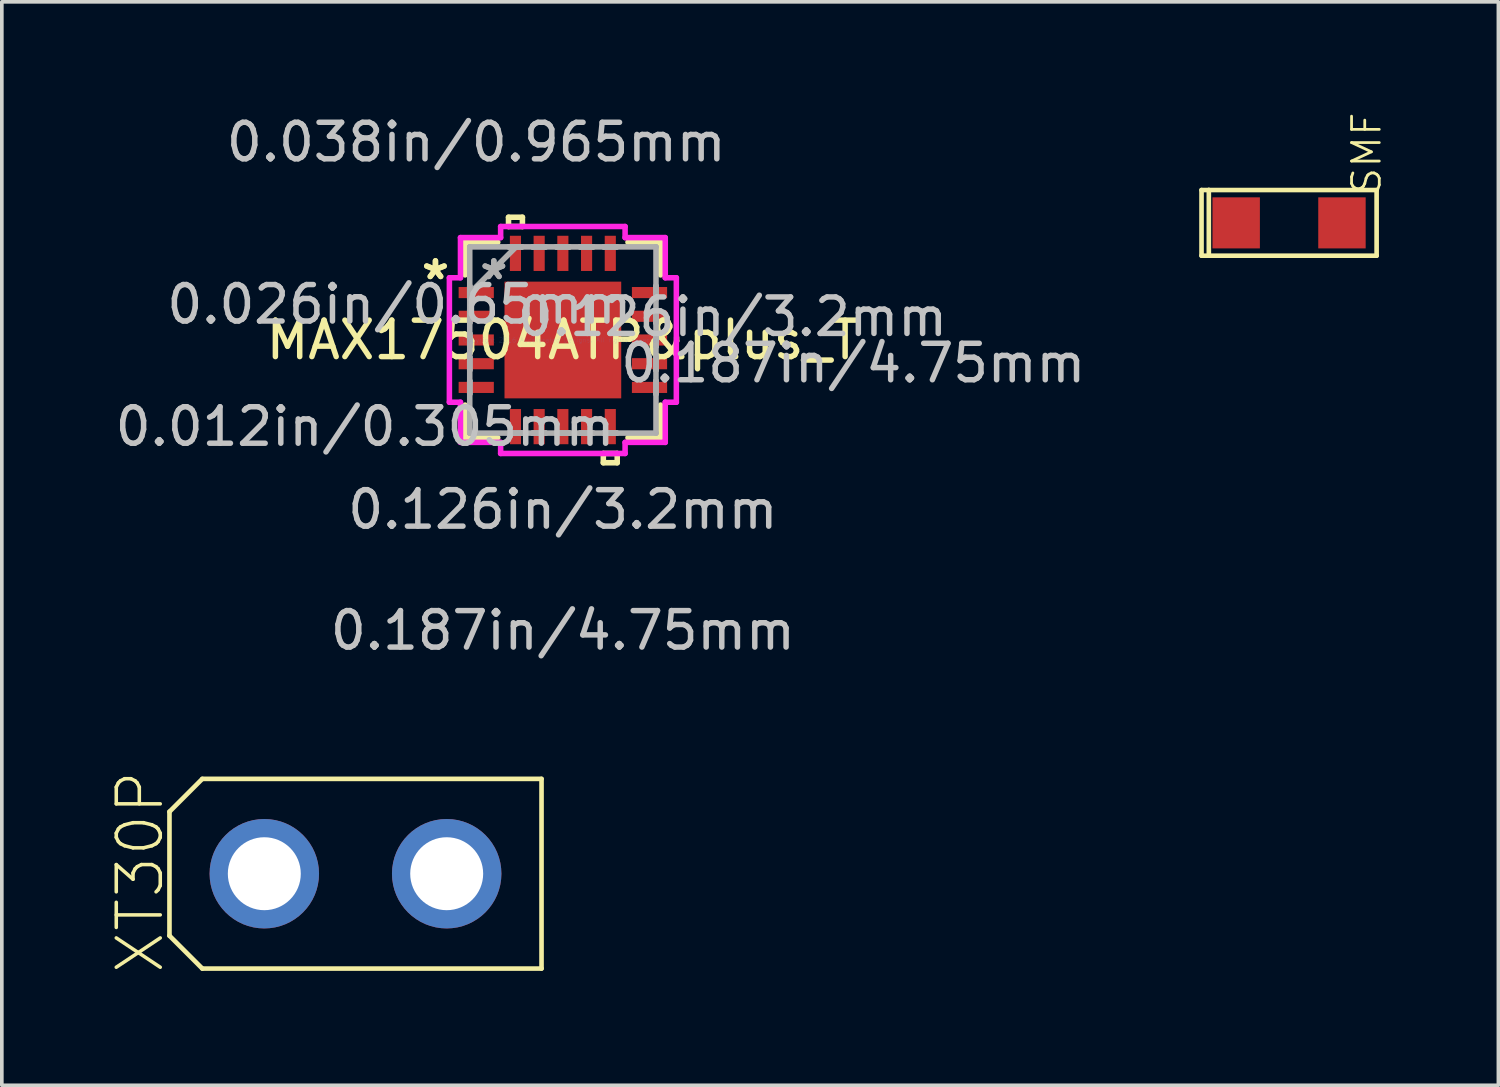
<source format=kicad_pcb>
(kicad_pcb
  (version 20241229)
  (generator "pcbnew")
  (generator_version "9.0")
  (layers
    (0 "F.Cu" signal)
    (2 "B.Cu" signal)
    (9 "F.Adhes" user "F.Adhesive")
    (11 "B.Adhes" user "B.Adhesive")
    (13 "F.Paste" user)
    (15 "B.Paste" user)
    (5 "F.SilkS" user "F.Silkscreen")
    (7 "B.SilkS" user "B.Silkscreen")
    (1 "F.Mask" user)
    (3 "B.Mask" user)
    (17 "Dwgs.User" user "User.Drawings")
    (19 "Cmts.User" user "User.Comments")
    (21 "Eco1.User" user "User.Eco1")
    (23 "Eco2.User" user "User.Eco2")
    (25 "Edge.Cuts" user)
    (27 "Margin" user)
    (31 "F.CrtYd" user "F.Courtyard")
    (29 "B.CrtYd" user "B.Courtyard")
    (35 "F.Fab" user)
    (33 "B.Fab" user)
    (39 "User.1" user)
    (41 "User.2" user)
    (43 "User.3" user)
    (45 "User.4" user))
  (footprint "XT30P"
    (layer "F.Cu")
    (at 6.696 20.903)
    (property "Reference" "XT30P" (at -5.2 2.8 270) (layer "F.SilkS") (effects (font (size 1.206 1.206) (thickness 0.097)) (justify left bottom)))
    (attr through_hole)
    (fp_line (start -5.1 -1.7) (end -5.1 1.7) (stroke (width 0.127) (type solid)) (layer "F.SilkS"))
    (fp_line (start -4.2 -2.6) (end -5.1 -1.7) (stroke (width 0.127) (type solid)) (layer "F.SilkS"))
    (fp_line (start -4.2 -2.6) (end 5.1 -2.6) (stroke (width 0.127) (type solid)) (layer "F.SilkS"))
    (fp_line (start -4.2 2.6) (end -5.1 1.7) (stroke (width 0.127) (type solid)) (layer "F.SilkS"))
    (fp_line (start 5.1 -2.6) (end 5.1 2.6) (stroke (width 0.127) (type solid)) (layer "F.SilkS"))
    (fp_line (start 5.1 2.6) (end -4.2 2.6) (stroke (width 0.127) (type solid)) (layer "F.SilkS"))
    (pad "+" thru_hole circle (at 2.5 0) (size 3 3) (drill 2) (layers "*.Cu" "*.Mask"))
    (pad "-" thru_hole circle (at -2.5 0) (size 3 3) (drill 2) (layers "*.Cu" "*.Mask")))
  (footprint "MAX17504ATP&plus_T"
    (layer "F.Cu")
    (at 12.381 6.271)
    (property "Reference" "MAX17504ATP&plus_T" (at 0 0 0) (layer "F.SilkS") (effects (font (size 1 1) (thickness 0.15))))
    (attr through_hole)
    (fp_line (start -2.68 -2.68) (end -2.68 -1.785) (stroke (width 0.152) (type solid)) (layer "F.SilkS"))
    (fp_line (start -2.68 1.785) (end -2.68 2.68) (stroke (width 0.152) (type solid)) (layer "F.SilkS"))
    (fp_line (start -2.68 2.68) (end -1.785 2.68) (stroke (width 0.152) (type solid)) (layer "F.SilkS"))
    (fp_line (start -1.785 -2.68) (end -2.68 -2.68) (stroke (width 0.152) (type solid)) (layer "F.SilkS"))
    (fp_line (start -1.49 -3.365) (end -1.109 -3.365) (stroke (width 0.152) (type solid)) (layer "F.SilkS"))
    (fp_line (start -1.49 -3.111) (end -1.49 -3.365) (stroke (width 0.152) (type solid)) (layer "F.SilkS"))
    (fp_line (start -1.109 -3.365) (end -1.109 -3.111) (stroke (width 0.152) (type solid)) (layer "F.SilkS"))
    (fp_line (start -1.109 -3.111) (end -1.49 -3.111) (stroke (width 0.152) (type solid)) (layer "F.SilkS"))
    (fp_line (start 1.109 3.111) (end 1.109 3.365) (stroke (width 0.152) (type solid)) (layer "F.SilkS"))
    (fp_line (start 1.109 3.365) (end 1.49 3.365) (stroke (width 0.152) (type solid)) (layer "F.SilkS"))
    (fp_line (start 1.49 3.111) (end 1.109 3.111) (stroke (width 0.152) (type solid)) (layer "F.SilkS"))
    (fp_line (start 1.49 3.365) (end 1.49 3.111) (stroke (width 0.152) (type solid)) (layer "F.SilkS"))
    (fp_line (start 1.785 2.68) (end 2.68 2.68) (stroke (width 0.152) (type solid)) (layer "F.SilkS"))
    (fp_line (start 2.68 -2.68) (end 1.785 -2.68) (stroke (width 0.152) (type solid)) (layer "F.SilkS"))
    (fp_line (start 2.68 -1.785) (end 2.68 -2.68) (stroke (width 0.152) (type solid)) (layer "F.SilkS"))
    (fp_line (start 2.68 2.68) (end 2.68 1.785) (stroke (width 0.152) (type solid)) (layer "F.SilkS"))
    (fp_line (start -1.5 -1.5) (end -1.5 -0.1) (stroke (width 0.152) (type solid)) (layer "F.Paste"))
    (fp_line (start -1.5 -0.1) (end -0.1 -0.1) (stroke (width 0.152) (type solid)) (layer "F.Paste"))
    (fp_line (start -1.5 0.1) (end -1.5 1.5) (stroke (width 0.152) (type solid)) (layer "F.Paste"))
    (fp_line (start -1.5 1.5) (end -0.1 1.5) (stroke (width 0.152) (type solid)) (layer "F.Paste"))
    (fp_line (start -0.1 -1.5) (end -1.5 -1.5) (stroke (width 0.152) (type solid)) (layer "F.Paste"))
    (fp_line (start -0.1 -0.1) (end -0.1 -1.5) (stroke (width 0.152) (type solid)) (layer "F.Paste"))
    (fp_line (start -0.1 0.1) (end -1.5 0.1) (stroke (width 0.152) (type solid)) (layer "F.Paste"))
    (fp_line (start -0.1 1.5) (end -0.1 0.1) (stroke (width 0.152) (type solid)) (layer "F.Paste"))
    (fp_line (start 0.1 -1.5) (end 0.1 -0.1) (stroke (width 0.152) (type solid)) (layer "F.Paste"))
    (fp_line (start 0.1 -0.1) (end 1.5 -0.1) (stroke (width 0.152) (type solid)) (layer "F.Paste"))
    (fp_line (start 0.1 0.1) (end 0.1 1.5) (stroke (width 0.152) (type solid)) (layer "F.Paste"))
    (fp_line (start 0.1 1.5) (end 1.5 1.5) (stroke (width 0.152) (type solid)) (layer "F.Paste"))
    (fp_line (start 1.5 -1.5) (end 0.1 -1.5) (stroke (width 0.152) (type solid)) (layer "F.Paste"))
    (fp_line (start 1.5 -0.1) (end 1.5 -1.5) (stroke (width 0.152) (type solid)) (layer "F.Paste"))
    (fp_line (start 1.5 0.1) (end 0.1 0.1) (stroke (width 0.152) (type solid)) (layer "F.Paste"))
    (fp_line (start 1.5 1.5) (end 1.5 0.1) (stroke (width 0.152) (type solid)) (layer "F.Paste"))
    (fp_line (start -3.111 -1.706) (end -2.807 -1.706) (stroke (width 0.152) (type solid)) (layer "F.CrtYd"))
    (fp_line (start -3.111 1.706) (end -3.111 -1.706) (stroke (width 0.152) (type solid)) (layer "F.CrtYd"))
    (fp_line (start -2.807 -2.807) (end -1.706 -2.807) (stroke (width 0.152) (type solid)) (layer "F.CrtYd"))
    (fp_line (start -2.807 -1.706) (end -2.807 -2.807) (stroke (width 0.152) (type solid)) (layer "F.CrtYd"))
    (fp_line (start -2.807 1.706) (end -3.111 1.706) (stroke (width 0.152) (type solid)) (layer "F.CrtYd"))
    (fp_line (start -2.807 2.807) (end -2.807 1.706) (stroke (width 0.152) (type solid)) (layer "F.CrtYd"))
    (fp_line (start -1.706 -3.111) (end 1.706 -3.111) (stroke (width 0.152) (type solid)) (layer "F.CrtYd"))
    (fp_line (start -1.706 -2.807) (end -1.706 -3.111) (stroke (width 0.152) (type solid)) (layer "F.CrtYd"))
    (fp_line (start -1.706 2.807) (end -2.807 2.807) (stroke (width 0.152) (type solid)) (layer "F.CrtYd"))
    (fp_line (start -1.706 3.111) (end -1.706 2.807) (stroke (width 0.152) (type solid)) (layer "F.CrtYd"))
    (fp_line (start 1.706 -3.111) (end 1.706 -2.807) (stroke (width 0.152) (type solid)) (layer "F.CrtYd"))
    (fp_line (start 1.706 -2.807) (end 2.807 -2.807) (stroke (width 0.152) (type solid)) (layer "F.CrtYd"))
    (fp_line (start 1.706 2.807) (end 1.706 3.111) (stroke (width 0.152) (type solid)) (layer "F.CrtYd"))
    (fp_line (start 1.706 3.111) (end -1.706 3.111) (stroke (width 0.152) (type solid)) (layer "F.CrtYd"))
    (fp_line (start 2.807 -2.807) (end 2.807 -1.706) (stroke (width 0.152) (type solid)) (layer "F.CrtYd"))
    (fp_line (start 2.807 -1.706) (end 3.111 -1.706) (stroke (width 0.152) (type solid)) (layer "F.CrtYd"))
    (fp_line (start 2.807 1.706) (end 2.807 2.807) (stroke (width 0.152) (type solid)) (layer "F.CrtYd"))
    (fp_line (start 2.807 2.807) (end 1.706 2.807) (stroke (width 0.152) (type solid)) (layer "F.CrtYd"))
    (fp_line (start 3.111 -1.706) (end 3.111 1.706) (stroke (width 0.152) (type solid)) (layer "F.CrtYd"))
    (fp_line (start 3.111 1.706) (end 2.807 1.706) (stroke (width 0.152) (type solid)) (layer "F.CrtYd"))
    (fp_line (start -2.553 -2.553) (end -2.553 -2.553) (stroke (width 0.152) (type solid)) (layer "F.Fab"))
    (fp_line (start -2.553 -2.553) (end -2.553 2.553) (stroke (width 0.152) (type solid)) (layer "F.Fab"))
    (fp_line (start -2.553 -1.478) (end -2.553 -1.478) (stroke (width 0.152) (type solid)) (layer "F.Fab"))
    (fp_line (start -2.553 -1.478) (end -2.553 -1.122) (stroke (width 0.152) (type solid)) (layer "F.Fab"))
    (fp_line (start -2.553 -1.283) (end -1.283 -2.553) (stroke (width 0.152) (type solid)) (layer "F.Fab"))
    (fp_line (start -2.553 -1.122) (end -2.553 -1.478) (stroke (width 0.152) (type solid)) (layer "F.Fab"))
    (fp_line (start -2.553 -1.122) (end -2.553 -1.122) (stroke (width 0.152) (type solid)) (layer "F.Fab"))
    (fp_line (start -2.553 -0.828) (end -2.553 -0.828) (stroke (width 0.152) (type solid)) (layer "F.Fab"))
    (fp_line (start -2.553 -0.828) (end -2.553 -0.472) (stroke (width 0.152) (type solid)) (layer "F.Fab"))
    (fp_line (start -2.553 -0.472) (end -2.553 -0.828) (stroke (width 0.152) (type solid)) (layer "F.Fab"))
    (fp_line (start -2.553 -0.472) (end -2.553 -0.472) (stroke (width 0.152) (type solid)) (layer "F.Fab"))
    (fp_line (start -2.553 -0.178) (end -2.553 -0.178) (stroke (width 0.152) (type solid)) (layer "F.Fab"))
    (fp_line (start -2.553 -0.178) (end -2.553 0.178) (stroke (width 0.152) (type solid)) (layer "F.Fab"))
    (fp_line (start -2.553 0.178) (end -2.553 -0.178) (stroke (width 0.152) (type solid)) (layer "F.Fab"))
    (fp_line (start -2.553 0.178) (end -2.553 0.178) (stroke (width 0.152) (type solid)) (layer "F.Fab"))
    (fp_line (start -2.553 0.472) (end -2.553 0.472) (stroke (width 0.152) (type solid)) (layer "F.Fab"))
    (fp_line (start -2.553 0.472) (end -2.553 0.828) (stroke (width 0.152) (type solid)) (layer "F.Fab"))
    (fp_line (start -2.553 0.828) (end -2.553 0.472) (stroke (width 0.152) (type solid)) (layer "F.Fab"))
    (fp_line (start -2.553 0.828) (end -2.553 0.828) (stroke (width 0.152) (type solid)) (layer "F.Fab"))
    (fp_line (start -2.553 1.122) (end -2.553 1.122) (stroke (width 0.152) (type solid)) (layer "F.Fab"))
    (fp_line (start -2.553 1.122) (end -2.553 1.478) (stroke (width 0.152) (type solid)) (layer "F.Fab"))
    (fp_line (start -2.553 1.478) (end -2.553 1.122) (stroke (width 0.152) (type solid)) (layer "F.Fab"))
    (fp_line (start -2.553 1.478) (end -2.553 1.478) (stroke (width 0.152) (type solid)) (layer "F.Fab"))
    (fp_line (start -2.553 2.553) (end -2.553 2.553) (stroke (width 0.152) (type solid)) (layer "F.Fab"))
    (fp_line (start -2.553 2.553) (end 2.553 2.553) (stroke (width 0.152) (type solid)) (layer "F.Fab"))
    (fp_line (start -1.478 -2.553) (end -1.478 -2.553) (stroke (width 0.152) (type solid)) (layer "F.Fab"))
    (fp_line (start -1.478 -2.553) (end -1.122 -2.553) (stroke (width 0.152) (type solid)) (layer "F.Fab"))
    (fp_line (start -1.478 2.553) (end -1.478 2.553) (stroke (width 0.152) (type solid)) (layer "F.Fab"))
    (fp_line (start -1.478 2.553) (end -1.122 2.553) (stroke (width 0.152) (type solid)) (layer "F.Fab"))
    (fp_line (start -1.122 -2.553) (end -1.478 -2.553) (stroke (width 0.152) (type solid)) (layer "F.Fab"))
    (fp_line (start -1.122 -2.553) (end -1.122 -2.553) (stroke (width 0.152) (type solid)) (layer "F.Fab"))
    (fp_line (start -1.122 2.553) (end -1.478 2.553) (stroke (width 0.152) (type solid)) (layer "F.Fab"))
    (fp_line (start -1.122 2.553) (end -1.122 2.553) (stroke (width 0.152) (type solid)) (layer "F.Fab"))
    (fp_line (start -0.828 -2.553) (end -0.828 -2.553) (stroke (width 0.152) (type solid)) (layer "F.Fab"))
    (fp_line (start -0.828 -2.553) (end -0.472 -2.553) (stroke (width 0.152) (type solid)) (layer "F.Fab"))
    (fp_line (start -0.828 2.553) (end -0.828 2.553) (stroke (width 0.152) (type solid)) (layer "F.Fab"))
    (fp_line (start -0.828 2.553) (end -0.472 2.553) (stroke (width 0.152) (type solid)) (layer "F.Fab"))
    (fp_line (start -0.472 -2.553) (end -0.828 -2.553) (stroke (width 0.152) (type solid)) (layer "F.Fab"))
    (fp_line (start -0.472 -2.553) (end -0.472 -2.553) (stroke (width 0.152) (type solid)) (layer "F.Fab"))
    (fp_line (start -0.472 2.553) (end -0.828 2.553) (stroke (width 0.152) (type solid)) (layer "F.Fab"))
    (fp_line (start -0.472 2.553) (end -0.472 2.553) (stroke (width 0.152) (type solid)) (layer "F.Fab"))
    (fp_line (start -0.178 -2.553) (end -0.178 -2.553) (stroke (width 0.152) (type solid)) (layer "F.Fab"))
    (fp_line (start -0.178 -2.553) (end 0.178 -2.553) (stroke (width 0.152) (type solid)) (layer "F.Fab"))
    (fp_line (start -0.178 2.553) (end -0.178 2.553) (stroke (width 0.152) (type solid)) (layer "F.Fab"))
    (fp_line (start -0.178 2.553) (end 0.178 2.553) (stroke (width 0.152) (type solid)) (layer "F.Fab"))
    (fp_line (start 0.178 -2.553) (end -0.178 -2.553) (stroke (width 0.152) (type solid)) (layer "F.Fab"))
    (fp_line (start 0.178 -2.553) (end 0.178 -2.553) (stroke (width 0.152) (type solid)) (layer "F.Fab"))
    (fp_line (start 0.178 2.553) (end -0.178 2.553) (stroke (width 0.152) (type solid)) (layer "F.Fab"))
    (fp_line (start 0.178 2.553) (end 0.178 2.553) (stroke (width 0.152) (type solid)) (layer "F.Fab"))
    (fp_line (start 0.472 -2.553) (end 0.472 -2.553) (stroke (width 0.152) (type solid)) (layer "F.Fab"))
    (fp_line (start 0.472 -2.553) (end 0.828 -2.553) (stroke (width 0.152) (type solid)) (layer "F.Fab"))
    (fp_line (start 0.472 2.553) (end 0.472 2.553) (stroke (width 0.152) (type solid)) (layer "F.Fab"))
    (fp_line (start 0.472 2.553) (end 0.828 2.553) (stroke (width 0.152) (type solid)) (layer "F.Fab"))
    (fp_line (start 0.828 -2.553) (end 0.472 -2.553) (stroke (width 0.152) (type solid)) (layer "F.Fab"))
    (fp_line (start 0.828 -2.553) (end 0.828 -2.553) (stroke (width 0.152) (type solid)) (layer "F.Fab"))
    (fp_line (start 0.828 2.553) (end 0.472 2.553) (stroke (width 0.152) (type solid)) (layer "F.Fab"))
    (fp_line (start 0.828 2.553) (end 0.828 2.553) (stroke (width 0.152) (type solid)) (layer "F.Fab"))
    (fp_line (start 1.122 -2.553) (end 1.122 -2.553) (stroke (width 0.152) (type solid)) (layer "F.Fab"))
    (fp_line (start 1.122 -2.553) (end 1.478 -2.553) (stroke (width 0.152) (type solid)) (layer "F.Fab"))
    (fp_line (start 1.122 2.553) (end 1.122 2.553) (stroke (width 0.152) (type solid)) (layer "F.Fab"))
    (fp_line (start 1.122 2.553) (end 1.478 2.553) (stroke (width 0.152) (type solid)) (layer "F.Fab"))
    (fp_line (start 1.478 -2.553) (end 1.122 -2.553) (stroke (width 0.152) (type solid)) (layer "F.Fab"))
    (fp_line (start 1.478 -2.553) (end 1.478 -2.553) (stroke (width 0.152) (type solid)) (layer "F.Fab"))
    (fp_line (start 1.478 2.553) (end 1.122 2.553) (stroke (width 0.152) (type solid)) (layer "F.Fab"))
    (fp_line (start 1.478 2.553) (end 1.478 2.553) (stroke (width 0.152) (type solid)) (layer "F.Fab"))
    (fp_line (start 2.553 -2.553) (end -2.553 -2.553) (stroke (width 0.152) (type solid)) (layer "F.Fab"))
    (fp_line (start 2.553 -2.553) (end 2.553 -2.553) (stroke (width 0.152) (type solid)) (layer "F.Fab"))
    (fp_line (start 2.553 -1.478) (end 2.553 -1.478) (stroke (width 0.152) (type solid)) (layer "F.Fab"))
    (fp_line (start 2.553 -1.478) (end 2.553 -1.122) (stroke (width 0.152) (type solid)) (layer "F.Fab"))
    (fp_line (start 2.553 -1.122) (end 2.553 -1.478) (stroke (width 0.152) (type solid)) (layer "F.Fab"))
    (fp_line (start 2.553 -1.122) (end 2.553 -1.122) (stroke (width 0.152) (type solid)) (layer "F.Fab"))
    (fp_line (start 2.553 -0.828) (end 2.553 -0.828) (stroke (width 0.152) (type solid)) (layer "F.Fab"))
    (fp_line (start 2.553 -0.828) (end 2.553 -0.472) (stroke (width 0.152) (type solid)) (layer "F.Fab"))
    (fp_line (start 2.553 -0.472) (end 2.553 -0.828) (stroke (width 0.152) (type solid)) (layer "F.Fab"))
    (fp_line (start 2.553 -0.472) (end 2.553 -0.472) (stroke (width 0.152) (type solid)) (layer "F.Fab"))
    (fp_line (start 2.553 -0.178) (end 2.553 -0.178) (stroke (width 0.152) (type solid)) (layer "F.Fab"))
    (fp_line (start 2.553 -0.178) (end 2.553 0.178) (stroke (width 0.152) (type solid)) (layer "F.Fab"))
    (fp_line (start 2.553 0.178) (end 2.553 -0.178) (stroke (width 0.152) (type solid)) (layer "F.Fab"))
    (fp_line (start 2.553 0.178) (end 2.553 0.178) (stroke (width 0.152) (type solid)) (layer "F.Fab"))
    (fp_line (start 2.553 0.472) (end 2.553 0.472) (stroke (width 0.152) (type solid)) (layer "F.Fab"))
    (fp_line (start 2.553 0.472) (end 2.553 0.828) (stroke (width 0.152) (type solid)) (layer "F.Fab"))
    (fp_line (start 2.553 0.828) (end 2.553 0.472) (stroke (width 0.152) (type solid)) (layer "F.Fab"))
    (fp_line (start 2.553 0.828) (end 2.553 0.828) (stroke (width 0.152) (type solid)) (layer "F.Fab"))
    (fp_line (start 2.553 1.122) (end 2.553 1.122) (stroke (width 0.152) (type solid)) (layer "F.Fab"))
    (fp_line (start 2.553 1.122) (end 2.553 1.478) (stroke (width 0.152) (type solid)) (layer "F.Fab"))
    (fp_line (start 2.553 1.478) (end 2.553 1.122) (stroke (width 0.152) (type solid)) (layer "F.Fab"))
    (fp_line (start 2.553 1.478) (end 2.553 1.478) (stroke (width 0.152) (type solid)) (layer "F.Fab"))
    (fp_line (start 2.553 2.553) (end 2.553 -2.553) (stroke (width 0.152) (type solid)) (layer "F.Fab"))
    (fp_line (start 2.553 2.553) (end 2.553 2.553) (stroke (width 0.152) (type solid)) (layer "F.Fab"))
    (fp_text user "*" (at -3.493 -1.625 0) (layer "F.SilkS") (effects (font (size 1 1) (thickness 0.15))))
    (fp_text user "*" (at -3.493 -1.625 0) (layer "F.SilkS") (effects (font (size 1 1) (thickness 0.15))))
    (fp_text user "0.187in/4.75mm" (at 7.963 0.635 0) (layer "Dwgs.User") (effects (font (size 1 1) (thickness 0.15))))
    (fp_text user "0.126in/3.2mm" (at 0 4.648 0) (layer "Dwgs.User") (effects (font (size 1 1) (thickness 0.15))))
    (fp_text user "0.026in/0.65mm" (at -4.483 -0.975 0) (layer "Dwgs.User") (effects (font (size 1 1) (thickness 0.15))))
    (fp_text user "0.012in/0.305mm" (at -5.423 2.375 0) (layer "Dwgs.User") (effects (font (size 1 1) (thickness 0.15))))
    (fp_text user "0.038in/0.965mm" (at -2.375 -5.423 0) (layer "Dwgs.User") (effects (font (size 1 1) (thickness 0.15))))
    (fp_text user "0.126in/3.2mm" (at 4.648 -0.635 0) (layer "Dwgs.User") (effects (font (size 1 1) (thickness 0.15))))
    (fp_text user "0.187in/4.75mm" (at 0 7.963 0) (layer "Dwgs.User") (effects (font (size 1 1) (thickness 0.15))))
    (fp_text user "Copyright 2016 Accelerated Designs. All rights reserved." (at 0 0 0) (layer "Cmts.User") (effects (font (size 0.127 0.127) (thickness 0.002))))
    (fp_text user "*" (at -1.892 -1.625 0) (layer "F.Fab") (effects (font (size 1 1) (thickness 0.15))))
    (fp_text user "*" (at -1.892 -1.625 0) (layer "F.Fab") (effects (font (size 1 1) (thickness 0.15))))
    (pad "1" smd rect (at -2.375 -1.3 90) (size 0.305 0.965) (layers "F.Cu" "F.Mask" "F.Paste"))
    (pad "2" smd rect (at -2.375 -0.65 90) (size 0.305 0.965) (layers "F.Cu" "F.Mask" "F.Paste"))
    (pad "3" smd rect (at -2.375 0 90) (size 0.305 0.965) (layers "F.Cu" "F.Mask" "F.Paste"))
    (pad "4" smd rect (at -2.375 0.65 90) (size 0.305 0.965) (layers "F.Cu" "F.Mask" "F.Paste"))
    (pad "5" smd rect (at -2.375 1.3 90) (size 0.305 0.965) (layers "F.Cu" "F.Mask" "F.Paste"))
    (pad "6" smd rect (at -1.3 2.375) (size 0.305 0.965) (layers "F.Cu" "F.Mask" "F.Paste"))
    (pad "7" smd rect (at -0.65 2.375) (size 0.305 0.965) (layers "F.Cu" "F.Mask" "F.Paste"))
    (pad "8" smd rect (at 0 2.375) (size 0.305 0.965) (layers "F.Cu" "F.Mask" "F.Paste"))
    (pad "9" smd rect (at 0.65 2.375) (size 0.305 0.965) (layers "F.Cu" "F.Mask" "F.Paste"))
    (pad "10" smd rect (at 1.3 2.375) (size 0.305 0.965) (layers "F.Cu" "F.Mask" "F.Paste"))
    (pad "11" smd rect (at 2.375 1.3 90) (size 0.305 0.965) (layers "F.Cu" "F.Mask" "F.Paste"))
    (pad "12" smd rect (at 2.375 0.65 90) (size 0.305 0.965) (layers "F.Cu" "F.Mask" "F.Paste"))
    (pad "13" smd rect (at 2.375 0 90) (size 0.305 0.965) (layers "F.Cu" "F.Mask" "F.Paste"))
    (pad "14" smd rect (at 2.375 -0.65 90) (size 0.305 0.965) (layers "F.Cu" "F.Mask" "F.Paste"))
    (pad "15" smd rect (at 2.375 -1.3 90) (size 0.305 0.965) (layers "F.Cu" "F.Mask" "F.Paste"))
    (pad "16" smd rect (at 1.3 -2.375) (size 0.305 0.965) (layers "F.Cu" "F.Mask" "F.Paste"))
    (pad "17" smd rect (at 0.65 -2.375) (size 0.305 0.965) (layers "F.Cu" "F.Mask" "F.Paste"))
    (pad "18" smd rect (at 0 -2.375) (size 0.305 0.965) (layers "F.Cu" "F.Mask" "F.Paste"))
    (pad "19" smd rect (at -0.65 -2.375) (size 0.305 0.965) (layers "F.Cu" "F.Mask" "F.Paste"))
    (pad "20" smd rect (at -1.3 -2.375) (size 0.305 0.965) (layers "F.Cu" "F.Mask" "F.Paste"))
    (pad "21" smd rect (at 0 0) (size 3.2 3.2) (layers "F.Cu" "F.Mask" "F.Paste")))
  (footprint "SMF"
    (layer "F.Cu")
    (at 32.29 3.06)
    (property "Reference" "SMF" (at 2.57 -0.74 90) (layer "F.SilkS") (effects (font (size 0.76 0.76) (thickness 0.076)) (justify left bottom)))
    (attr through_hole)
    (fp_line (start -2.4 -0.9) (end -2.2 -0.9) (stroke (width 0.127) (type solid)) (layer "F.SilkS"))
    (fp_line (start -2.4 0.9) (end -2.4 -0.9) (stroke (width 0.127) (type solid)) (layer "F.SilkS"))
    (fp_line (start -2.2 -0.9) (end -2.2 0.9) (stroke (width 0.127) (type solid)) (layer "F.SilkS"))
    (fp_line (start -2.2 -0.9) (end 2.4 -0.9) (stroke (width 0.127) (type solid)) (layer "F.SilkS"))
    (fp_line (start -2.2 0.9) (end -2.4 0.9) (stroke (width 0.127) (type solid)) (layer "F.SilkS"))
    (fp_line (start 2.4 -0.9) (end 2.4 0.9) (stroke (width 0.127) (type solid)) (layer "F.SilkS"))
    (fp_line (start 2.4 0.9) (end -2.2 0.9) (stroke (width 0.127) (type solid)) (layer "F.SilkS"))
    (pad "A" smd rect (at 1.45 0) (size 1.3 1.4) (layers "F.Cu" "F.Mask" "F.Paste"))
    (pad "C" smd rect (at -1.45 0) (size 1.3 1.4) (layers "F.Cu" "F.Mask" "F.Paste")))
  (gr_rect
    (start -3 -3)
    (end 38.028 26.703)
    (stroke (width 0.1) (type default))
    (fill no)
    (layer "Edge.Cuts")))
</source>
